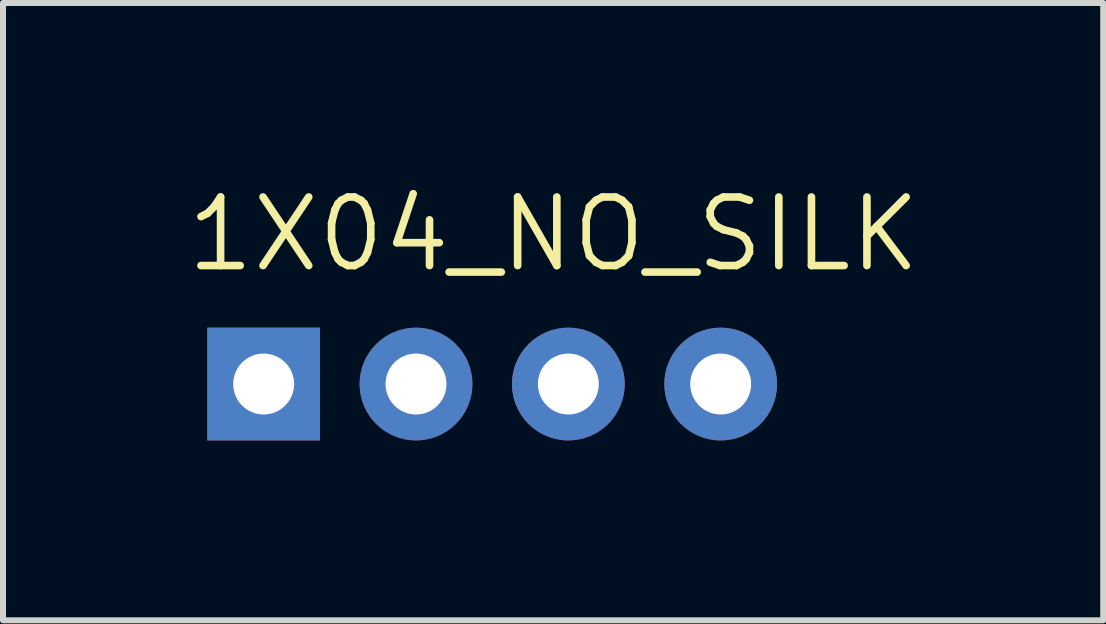
<source format=kicad_pcb>
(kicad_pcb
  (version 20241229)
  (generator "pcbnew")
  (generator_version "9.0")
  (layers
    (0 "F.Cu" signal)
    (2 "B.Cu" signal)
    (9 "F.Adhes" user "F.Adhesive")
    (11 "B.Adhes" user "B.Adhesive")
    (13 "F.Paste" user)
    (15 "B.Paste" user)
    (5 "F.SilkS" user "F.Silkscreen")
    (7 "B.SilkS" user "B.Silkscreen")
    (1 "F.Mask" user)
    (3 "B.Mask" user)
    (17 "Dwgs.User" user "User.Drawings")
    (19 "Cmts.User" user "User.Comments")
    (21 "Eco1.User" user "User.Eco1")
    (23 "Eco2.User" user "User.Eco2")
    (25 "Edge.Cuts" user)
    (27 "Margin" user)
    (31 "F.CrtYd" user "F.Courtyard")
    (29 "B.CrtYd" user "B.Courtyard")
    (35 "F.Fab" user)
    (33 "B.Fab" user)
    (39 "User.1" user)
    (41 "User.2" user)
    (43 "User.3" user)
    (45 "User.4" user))
  (footprint "1X04_NO_SILK"
    (layer "F.Cu")
    (at 1.346 3.353)
    (property "Reference" "1X04_NO_SILK" (at -1.346 -1.829 0) (layer "F.SilkS") (effects (font (size 1.143 1.143) (thickness 0.127)) (justify left bottom)))
    (fp_poly (pts (xy -0.254 0.254) (xy 0.254 0.254) (xy 0.254 -0.254) (xy -0.254 -0.254)) (stroke (width 0.1) (type default)) (fill no) (layer "F.Fab"))
    (fp_poly (pts (xy 2.286 0.254) (xy 2.794 0.254) (xy 2.794 -0.254) (xy 2.286 -0.254)) (stroke (width 0.1) (type default)) (fill no) (layer "F.Fab"))
    (fp_poly (pts (xy 4.826 0.254) (xy 5.334 0.254) (xy 5.334 -0.254) (xy 4.826 -0.254)) (stroke (width 0.1) (type default)) (fill no) (layer "F.Fab"))
    (fp_poly (pts (xy 7.366 0.254) (xy 7.874 0.254) (xy 7.874 -0.254) (xy 7.366 -0.254)) (stroke (width 0.1) (type default)) (fill no) (layer "F.Fab"))
    (pad "1" thru_hole rect (at 0 0 90) (size 1.88 1.88) (drill 1.016) (layers "*.Cu" "*.Mask"))
    (pad "2" thru_hole circle (at 2.54 0 90) (size 1.88 1.88) (drill 1.016) (layers "*.Cu" "*.Mask"))
    (pad "3" thru_hole circle (at 5.08 0 90) (size 1.88 1.88) (drill 1.016) (layers "*.Cu" "*.Mask"))
    (pad "4" thru_hole circle (at 7.62 0 90) (size 1.88 1.88) (drill 1.016) (layers "*.Cu" "*.Mask")))
  (gr_rect
    (start -3 -3)
    (end 15.344 7.293)
    (stroke (width 0.1) (type default))
    (fill no)
    (layer "Edge.Cuts")))
</source>
